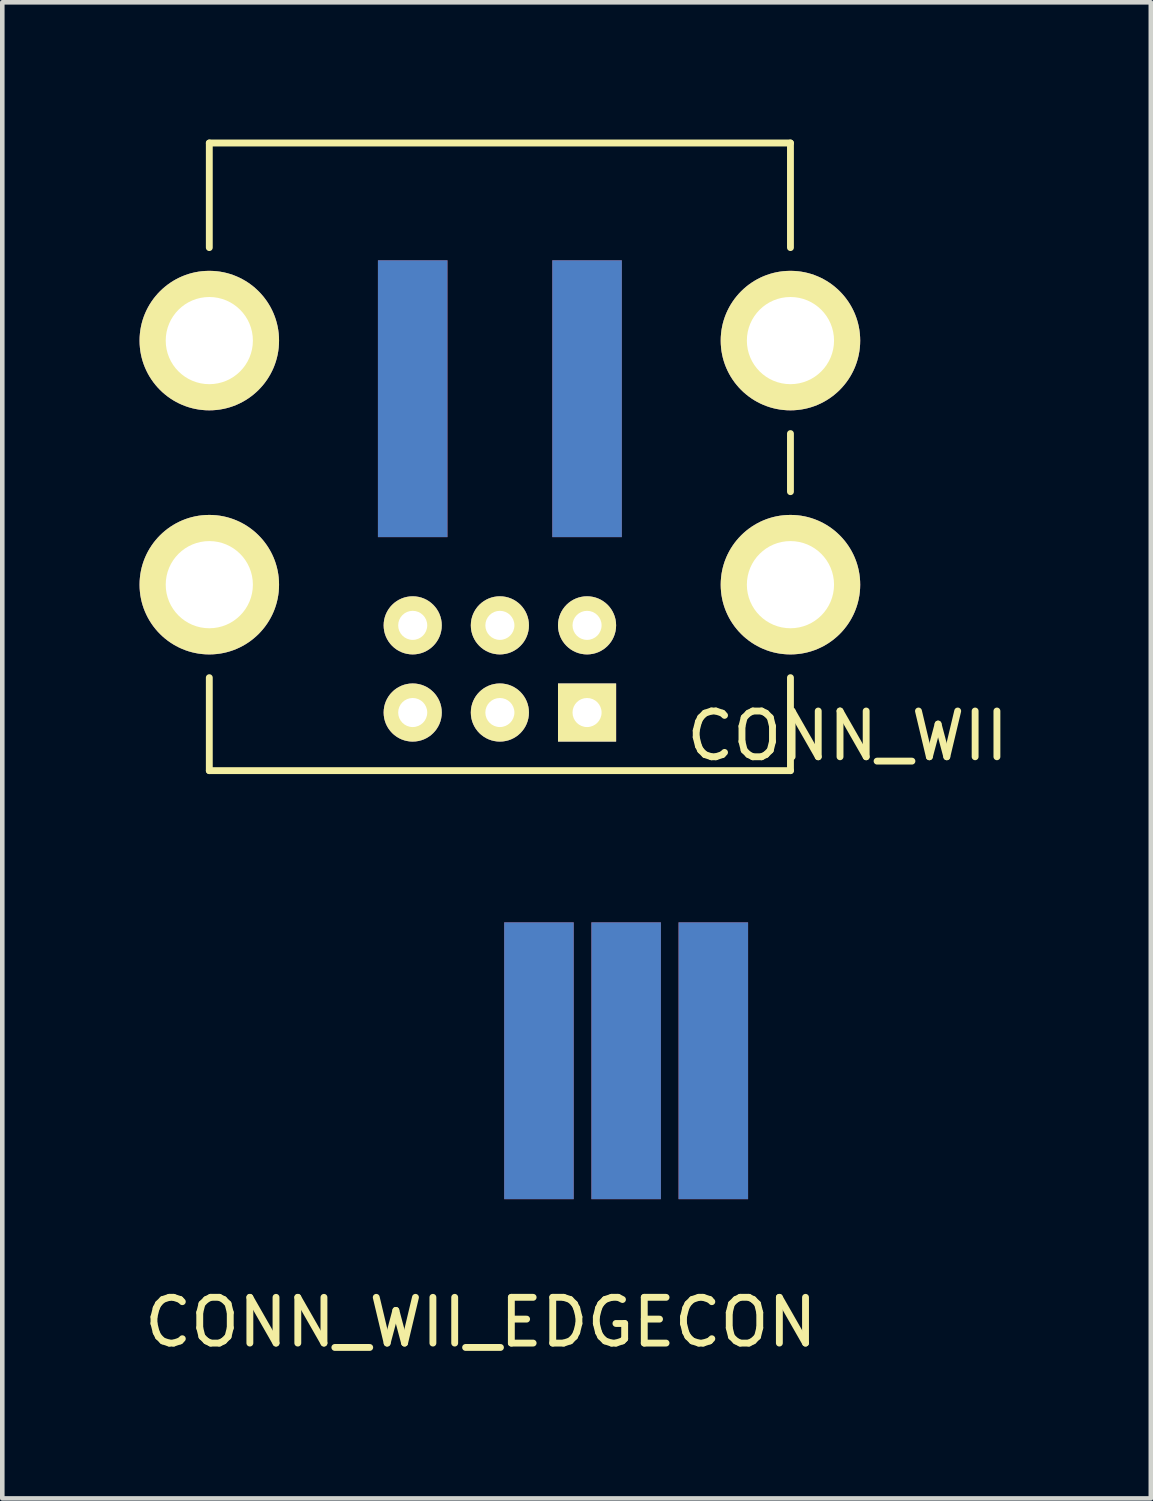
<source format=kicad_pcb>
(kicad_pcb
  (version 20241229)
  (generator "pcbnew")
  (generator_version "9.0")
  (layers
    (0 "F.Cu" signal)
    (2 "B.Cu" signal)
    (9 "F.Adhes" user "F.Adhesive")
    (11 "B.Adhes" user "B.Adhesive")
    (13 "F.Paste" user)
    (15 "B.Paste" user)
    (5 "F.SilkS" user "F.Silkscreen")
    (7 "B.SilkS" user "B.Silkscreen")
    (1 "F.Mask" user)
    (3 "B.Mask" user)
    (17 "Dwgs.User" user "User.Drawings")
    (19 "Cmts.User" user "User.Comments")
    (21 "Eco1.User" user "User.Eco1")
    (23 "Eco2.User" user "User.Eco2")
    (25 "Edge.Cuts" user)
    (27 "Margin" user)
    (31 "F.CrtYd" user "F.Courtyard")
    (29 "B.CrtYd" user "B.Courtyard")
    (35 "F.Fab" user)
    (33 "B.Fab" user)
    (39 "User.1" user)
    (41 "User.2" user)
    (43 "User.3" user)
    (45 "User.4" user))
  (footprint "CONN_WII"
    (layer "F.Cu")
    (at 7.874 6.933)
    (property "Reference" "CONN_WII" (at 7.6 6.1 0) (layer "F.SilkS") (effects (font (size 1 1) (thickness 0.15))))
    (attr through_hole)
    (fp_line (start -6.35 -6.858) (end 6.35 -6.858) (stroke (width 0.15) (type solid)) (layer "F.SilkS"))
    (fp_line (start -6.35 -4.572) (end -6.35 -6.858) (stroke (width 0.15) (type solid)) (layer "F.SilkS"))
    (fp_line (start -6.35 6.858) (end -6.35 4.826) (stroke (width 0.15) (type solid)) (layer "F.SilkS"))
    (fp_line (start 6.35 -6.858) (end 6.35 -4.572) (stroke (width 0.15) (type solid)) (layer "F.SilkS"))
    (fp_line (start 6.35 0.762) (end 6.35 -0.508) (stroke (width 0.15) (type solid)) (layer "F.SilkS"))
    (fp_line (start 6.35 6.858) (end -6.35 6.858) (stroke (width 0.15) (type solid)) (layer "F.SilkS"))
    (fp_line (start 6.35 6.858) (end 6.35 4.826) (stroke (width 0.15) (type solid)) (layer "F.SilkS"))
    (fp_line (start -7.62 -2.032) (end -6.096 -2.032) (stroke (width 0.15) (type solid)) (layer "Eco1.User"))
    (fp_line (start -7.62 -0.508) (end -7.62 -2.032) (stroke (width 0.15) (type solid)) (layer "Eco1.User"))
    (fp_line (start -6.096 -2.032) (end -6.096 -4.445) (stroke (width 0.15) (type solid)) (layer "Eco1.User"))
    (fp_line (start -6.096 -0.508) (end -7.62 -0.508) (stroke (width 0.15) (type solid)) (layer "Eco1.User"))
    (fp_line (start -6.096 3.048) (end -6.096 -0.508) (stroke (width 0.15) (type solid)) (layer "Eco1.User"))
    (fp_line (start -2.794 -4.445) (end -2.794 3.048) (stroke (width 0.15) (type solid)) (layer "Eco1.User"))
    (fp_line (start -2.794 -4.445) (end 2.794 -4.445) (stroke (width 0.15) (type solid)) (layer "Eco1.User"))
    (fp_line (start -2.794 3.048) (end -6.096 3.048) (stroke (width 0.15) (type solid)) (layer "Eco1.User"))
    (fp_line (start 2.794 -4.445) (end 2.794 3.048) (stroke (width 0.15) (type solid)) (layer "Eco1.User"))
    (fp_line (start 6.096 -2.032) (end 6.096 -4.445) (stroke (width 0.15) (type solid)) (layer "Eco1.User"))
    (fp_line (start 6.096 -2.032) (end 7.62 -2.032) (stroke (width 0.15) (type solid)) (layer "Eco1.User"))
    (fp_line (start 6.096 3.048) (end 2.794 3.048) (stroke (width 0.15) (type solid)) (layer "Eco1.User"))
    (fp_line (start 6.096 3.048) (end 6.096 -0.508) (stroke (width 0.15) (type solid)) (layer "Eco1.User"))
    (fp_line (start 7.62 -0.508) (end 6.096 -0.508) (stroke (width 0.15) (type solid)) (layer "Eco1.User"))
    (fp_line (start 7.62 -0.508) (end 7.62 -2.032) (stroke (width 0.15) (type solid)) (layer "Eco1.User"))
    (pad "" thru_hole circle (at -6.35 -2.54) (size 3.048 3.048) (drill 1.905) (layers "*.Cu" "*.Mask" "F.SilkS"))
    (pad "" thru_hole circle (at -6.35 2.794) (size 3.048 3.048) (drill 1.905) (layers "*.Cu" "*.Mask" "F.SilkS"))
    (pad "" thru_hole circle (at 6.35 -2.54) (size 3.048 3.048) (drill 1.905) (layers "*.Cu" "*.Mask" "F.SilkS"))
    (pad "" thru_hole circle (at 6.35 2.794) (size 3.048 3.048) (drill 1.905) (layers "*.Cu" "*.Mask" "F.SilkS"))
    (pad "1" smd rect (at 1.905 -1.27) (size 1.52 6.05) (layers "F.Cu" "F.Mask" "F.Paste"))
    (pad "1" thru_hole rect (at 1.905 5.588) (size 1.27 1.27) (drill 0.635) (layers "*.Cu" "*.Mask" "F.SilkS"))
    (pad "2" smd rect (at 1.905 -1.27) (size 1.52 6.05) (layers "B.Cu" "B.Mask" "B.Paste"))
    (pad "2" thru_hole circle (at 1.905 3.683) (size 1.27 1.27) (drill 0.635) (layers "*.Cu" "*.Mask" "F.SilkS"))
    (pad "3" thru_hole circle (at 0 5.588) (size 1.27 1.27) (drill 0.635) (layers "*.Cu" "*.Mask" "F.SilkS"))
    (pad "4" thru_hole circle (at 0 3.683) (size 1.27 1.27) (drill 0.635) (layers "*.Cu" "*.Mask" "F.SilkS"))
    (pad "5" smd rect (at -1.905 -1.27) (size 1.52 6.05) (layers "F.Cu" "F.Mask" "F.Paste"))
    (pad "5" thru_hole circle (at -1.905 5.588) (size 1.27 1.27) (drill 0.635) (layers "*.Cu" "*.Mask" "F.SilkS"))
    (pad "6" smd rect (at -1.905 -1.27) (size 1.52 6.05) (layers "B.Cu" "B.Mask" "B.Paste"))
    (pad "6" thru_hole circle (at -1.905 3.683) (size 1.27 1.27) (drill 0.635) (layers "*.Cu" "*.Mask" "F.SilkS")))
  (footprint "CONN_WII_EDGECON"
    (layer "F.Cu")
    (at 10.633 21.401)
    (property "Reference" "CONN_WII_EDGECON" (at -3.175 4.445 0) (layer "F.SilkS") (effects (font (size 1 1) (thickness 0.15))))
    (attr through_hole)
    (fp_line (start -6.35 3.175) (end -6.35 -4.445) (stroke (width 0.15) (type solid)) (layer "Eco1.User"))
    (fp_line (start -3.175 -4.445) (end -3.175 3.175) (stroke (width 0.15) (type solid)) (layer "Eco1.User"))
    (fp_line (start -3.175 -4.445) (end 3.175 -4.445) (stroke (width 0.15) (type solid)) (layer "Eco1.User"))
    (fp_line (start -3.175 3.175) (end -6.35 3.175) (stroke (width 0.15) (type solid)) (layer "Eco1.User"))
    (fp_line (start 3.175 -4.445) (end 3.175 3.175) (stroke (width 0.15) (type solid)) (layer "Eco1.User"))
    (fp_line (start 6.35 3.175) (end 3.175 3.175) (stroke (width 0.15) (type solid)) (layer "Eco1.User"))
    (fp_line (start 6.35 3.175) (end 6.35 -4.445) (stroke (width 0.15) (type solid)) (layer "Eco1.User"))
    (pad "1" smd rect (at 1.905 -1.27) (size 1.52 6.05) (layers "F.Cu" "F.Mask" "F.Paste"))
    (pad "2" smd rect (at 1.905 -1.27) (size 1.52 6.05) (layers "B.Cu" "B.Mask" "B.Paste"))
    (pad "3" smd rect (at 0 -1.27) (size 1.52 6.05) (layers "F.Cu" "F.Mask" "F.Paste"))
    (pad "4" smd rect (at 0 -1.27) (size 1.52 6.05) (layers "B.Cu" "B.Mask" "B.Paste"))
    (pad "5" smd rect (at -1.905 -1.27) (size 1.52 6.05) (layers "F.Cu" "F.Mask" "F.Paste"))
    (pad "6" smd rect (at -1.905 -1.27) (size 1.52 6.05) (layers "B.Cu" "B.Mask" "B.Paste")))
  (gr_rect
    (start -3 -3)
    (end 22.099 29.695)
    (stroke (width 0.1) (type default))
    (fill no)
    (layer "Edge.Cuts")))
</source>
